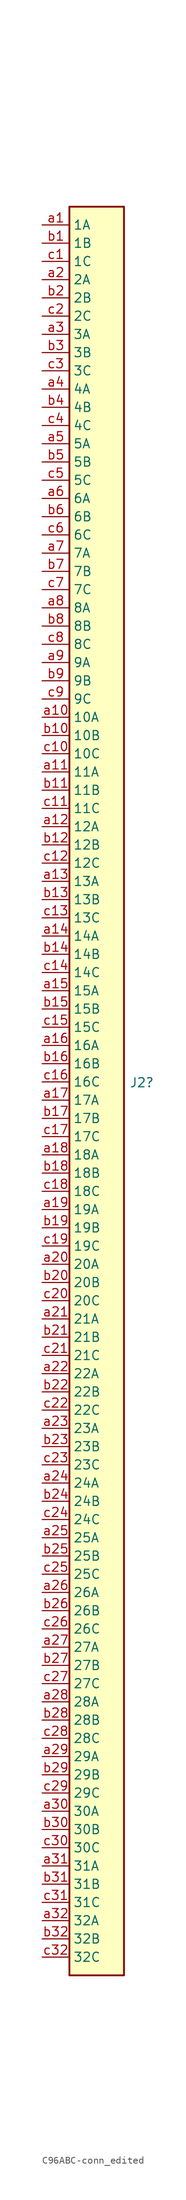
<source format=kicad_sym>
(kicad_symbol_lib
  (version 20231120)
  (generator "kicad_symbol_editor")
  (generator_version "8.0")
  (symbol "C96ABC-conn_edited"
    (property "Reference" "J2"
      (at 4.572 2.438 0)
      (effects (font (size 1.27 1.27)) (justify left)))
    (symbol "C96ABC-conn_edited_0_1"
      (rectangle (start -3.81 124.46) (end 3.81 -121.92) (stroke (width 0.254) (type solid)) (fill (type background))))
    (symbol "C96ABC-conn_edited_1_1"
      (pin passive line (at -7.62 121.92 0) (length 3.81) (name "1A" (effects (font (size 1.27 1.27)))) (number "a1" (effects (font (size 1.27 1.27)))))
      (pin passive line (at -7.62 53.34 0) (length 3.81) (name "10A" (effects (font (size 1.27 1.27)))) (number "a10" (effects (font (size 1.27 1.27)))))
      (pin passive line (at -7.62 45.72 0) (length 3.81) (name "11A" (effects (font (size 1.27 1.27)))) (number "a11" (effects (font (size 1.27 1.27)))))
      (pin passive line (at -7.62 38.1 0) (length 3.81) (name "12A" (effects (font (size 1.27 1.27)))) (number "a12" (effects (font (size 1.27 1.27)))))
      (pin passive line (at -7.62 30.48 0) (length 3.81) (name "13A" (effects (font (size 1.27 1.27)))) (number "a13" (effects (font (size 1.27 1.27)))))
      (pin passive line (at -7.62 22.86 0) (length 3.81) (name "14A" (effects (font (size 1.27 1.27)))) (number "a14" (effects (font (size 1.27 1.27)))))
      (pin passive line (at -7.62 15.24 0) (length 3.81) (name "15A" (effects (font (size 1.27 1.27)))) (number "a15" (effects (font (size 1.27 1.27)))))
      (pin passive line (at -7.62 7.62 0) (length 3.81) (name "16A" (effects (font (size 1.27 1.27)))) (number "a16" (effects (font (size 1.27 1.27)))))
      (pin passive line (at -7.62 0 0) (length 3.81) (name "17A" (effects (font (size 1.27 1.27)))) (number "a17" (effects (font (size 1.27 1.27)))))
      (pin passive line (at -7.62 -7.62 0) (length 3.81) (name "18A" (effects (font (size 1.27 1.27)))) (number "a18" (effects (font (size 1.27 1.27)))))
      (pin passive line (at -7.62 -15.24 0) (length 3.81) (name "19A" (effects (font (size 1.27 1.27)))) (number "a19" (effects (font (size 1.27 1.27)))))
      (pin passive line (at -7.62 114.3 0) (length 3.81) (name "2A" (effects (font (size 1.27 1.27)))) (number "a2" (effects (font (size 1.27 1.27)))))
      (pin passive line (at -7.62 -22.86 0) (length 3.81) (name "20A" (effects (font (size 1.27 1.27)))) (number "a20" (effects (font (size 1.27 1.27)))))
      (pin passive line (at -7.62 -30.48 0) (length 3.81) (name "21A" (effects (font (size 1.27 1.27)))) (number "a21" (effects (font (size 1.27 1.27)))))
      (pin passive line (at -7.62 -38.1 0) (length 3.81) (name "22A" (effects (font (size 1.27 1.27)))) (number "a22" (effects (font (size 1.27 1.27)))))
      (pin passive line (at -7.62 -45.72 0) (length 3.81) (name "23A" (effects (font (size 1.27 1.27)))) (number "a23" (effects (font (size 1.27 1.27)))))
      (pin passive line (at -7.62 -53.34 0) (length 3.81) (name "24A" (effects (font (size 1.27 1.27)))) (number "a24" (effects (font (size 1.27 1.27)))))
      (pin passive line (at -7.62 -60.96 0) (length 3.81) (name "25A" (effects (font (size 1.27 1.27)))) (number "a25" (effects (font (size 1.27 1.27)))))
      (pin passive line (at -7.62 -68.58 0) (length 3.81) (name "26A" (effects (font (size 1.27 1.27)))) (number "a26" (effects (font (size 1.27 1.27)))))
      (pin passive line (at -7.62 -76.2 0) (length 3.81) (name "27A" (effects (font (size 1.27 1.27)))) (number "a27" (effects (font (size 1.27 1.27)))))
      (pin passive line (at -7.62 -83.82 0) (length 3.81) (name "28A" (effects (font (size 1.27 1.27)))) (number "a28" (effects (font (size 1.27 1.27)))))
      (pin passive line (at -7.62 -91.44 0) (length 3.81) (name "29A" (effects (font (size 1.27 1.27)))) (number "a29" (effects (font (size 1.27 1.27)))))
      (pin passive line (at -7.62 106.68 0) (length 3.81) (name "3A" (effects (font (size 1.27 1.27)))) (number "a3" (effects (font (size 1.27 1.27)))))
      (pin passive line (at -7.62 -99.06 0) (length 3.81) (name "30A" (effects (font (size 1.27 1.27)))) (number "a30" (effects (font (size 1.27 1.27)))))
      (pin passive line (at -7.62 -106.68 0) (length 3.81) (name "31A" (effects (font (size 1.27 1.27)))) (number "a31" (effects (font (size 1.27 1.27)))))
      (pin passive line (at -7.62 -114.3 0) (length 3.81) (name "32A" (effects (font (size 1.27 1.27)))) (number "a32" (effects (font (size 1.27 1.27)))))
      (pin passive line (at -7.62 99.06 0) (length 3.81) (name "4A" (effects (font (size 1.27 1.27)))) (number "a4" (effects (font (size 1.27 1.27)))))
      (pin passive line (at -7.62 91.44 0) (length 3.81) (name "5A" (effects (font (size 1.27 1.27)))) (number "a5" (effects (font (size 1.27 1.27)))))
      (pin passive line (at -7.62 83.82 0) (length 3.81) (name "6A" (effects (font (size 1.27 1.27)))) (number "a6" (effects (font (size 1.27 1.27)))))
      (pin passive line (at -7.62 76.2 0) (length 3.81) (name "7A" (effects (font (size 1.27 1.27)))) (number "a7" (effects (font (size 1.27 1.27)))))
      (pin passive line (at -7.62 68.58 0) (length 3.81) (name "8A" (effects (font (size 1.27 1.27)))) (number "a8" (effects (font (size 1.27 1.27)))))
      (pin passive line (at -7.62 60.96 0) (length 3.81) (name "9A" (effects (font (size 1.27 1.27)))) (number "a9" (effects (font (size 1.27 1.27)))))
      (pin passive line (at -7.62 119.38 0) (length 3.81) (name "1B" (effects (font (size 1.27 1.27)))) (number "b1" (effects (font (size 1.27 1.27)))))
      (pin passive line (at -7.62 50.8 0) (length 3.81) (name "10B" (effects (font (size 1.27 1.27)))) (number "b10" (effects (font (size 1.27 1.27)))))
      (pin passive line (at -7.62 43.18 0) (length 3.81) (name "11B" (effects (font (size 1.27 1.27)))) (number "b11" (effects (font (size 1.27 1.27)))))
      (pin passive line (at -7.62 35.56 0) (length 3.81) (name "12B" (effects (font (size 1.27 1.27)))) (number "b12" (effects (font (size 1.27 1.27)))))
      (pin passive line (at -7.62 27.94 0) (length 3.81) (name "13B" (effects (font (size 1.27 1.27)))) (number "b13" (effects (font (size 1.27 1.27)))))
      (pin passive line (at -7.62 20.32 0) (length 3.81) (name "14B" (effects (font (size 1.27 1.27)))) (number "b14" (effects (font (size 1.27 1.27)))))
      (pin passive line (at -7.62 12.7 0) (length 3.81) (name "15B" (effects (font (size 1.27 1.27)))) (number "b15" (effects (font (size 1.27 1.27)))))
      (pin passive line (at -7.62 5.08 0) (length 3.81) (name "16B" (effects (font (size 1.27 1.27)))) (number "b16" (effects (font (size 1.27 1.27)))))
      (pin passive line (at -7.62 -2.54 0) (length 3.81) (name "17B" (effects (font (size 1.27 1.27)))) (number "b17" (effects (font (size 1.27 1.27)))))
      (pin passive line (at -7.62 -10.16 0) (length 3.81) (name "18B" (effects (font (size 1.27 1.27)))) (number "b18" (effects (font (size 1.27 1.27)))))
      (pin passive line (at -7.62 -17.78 0) (length 3.81) (name "19B" (effects (font (size 1.27 1.27)))) (number "b19" (effects (font (size 1.27 1.27)))))
      (pin passive line (at -7.62 111.76 0) (length 3.81) (name "2B" (effects (font (size 1.27 1.27)))) (number "b2" (effects (font (size 1.27 1.27)))))
      (pin passive line (at -7.62 -25.4 0) (length 3.81) (name "20B" (effects (font (size 1.27 1.27)))) (number "b20" (effects (font (size 1.27 1.27)))))
      (pin passive line (at -7.62 -33.02 0) (length 3.81) (name "21B" (effects (font (size 1.27 1.27)))) (number "b21" (effects (font (size 1.27 1.27)))))
      (pin passive line (at -7.62 -40.64 0) (length 3.81) (name "22B" (effects (font (size 1.27 1.27)))) (number "b22" (effects (font (size 1.27 1.27)))))
      (pin passive line (at -7.62 -48.26 0) (length 3.81) (name "23B" (effects (font (size 1.27 1.27)))) (number "b23" (effects (font (size 1.27 1.27)))))
      (pin passive line (at -7.62 -55.88 0) (length 3.81) (name "24B" (effects (font (size 1.27 1.27)))) (number "b24" (effects (font (size 1.27 1.27)))))
      (pin passive line (at -7.62 -63.5 0) (length 3.81) (name "25B" (effects (font (size 1.27 1.27)))) (number "b25" (effects (font (size 1.27 1.27)))))
      (pin passive line (at -7.62 -71.12 0) (length 3.81) (name "26B" (effects (font (size 1.27 1.27)))) (number "b26" (effects (font (size 1.27 1.27)))))
      (pin passive line (at -7.62 -78.74 0) (length 3.81) (name "27B" (effects (font (size 1.27 1.27)))) (number "b27" (effects (font (size 1.27 1.27)))))
      (pin passive line (at -7.62 -86.36 0) (length 3.81) (name "28B" (effects (font (size 1.27 1.27)))) (number "b28" (effects (font (size 1.27 1.27)))))
      (pin passive line (at -7.62 -93.98 0) (length 3.81) (name "29B" (effects (font (size 1.27 1.27)))) (number "b29" (effects (font (size 1.27 1.27)))))
      (pin passive line (at -7.62 104.14 0) (length 3.81) (name "3B" (effects (font (size 1.27 1.27)))) (number "b3" (effects (font (size 1.27 1.27)))))
      (pin passive line (at -7.62 -101.6 0) (length 3.81) (name "30B" (effects (font (size 1.27 1.27)))) (number "b30" (effects (font (size 1.27 1.27)))))
      (pin passive line (at -7.62 -109.22 0) (length 3.81) (name "31B" (effects (font (size 1.27 1.27)))) (number "b31" (effects (font (size 1.27 1.27)))))
      (pin passive line (at -7.62 -116.84 0) (length 3.81) (name "32B" (effects (font (size 1.27 1.27)))) (number "b32" (effects (font (size 1.27 1.27)))))
      (pin passive line (at -7.62 96.52 0) (length 3.81) (name "4B" (effects (font (size 1.27 1.27)))) (number "b4" (effects (font (size 1.27 1.27)))))
      (pin passive line (at -7.62 88.9 0) (length 3.81) (name "5B" (effects (font (size 1.27 1.27)))) (number "b5" (effects (font (size 1.27 1.27)))))
      (pin passive line (at -7.62 81.28 0) (length 3.81) (name "6B" (effects (font (size 1.27 1.27)))) (number "b6" (effects (font (size 1.27 1.27)))))
      (pin passive line (at -7.62 73.66 0) (length 3.81) (name "7B" (effects (font (size 1.27 1.27)))) (number "b7" (effects (font (size 1.27 1.27)))))
      (pin passive line (at -7.62 66.04 0) (length 3.81) (name "8B" (effects (font (size 1.27 1.27)))) (number "b8" (effects (font (size 1.27 1.27)))))
      (pin passive line (at -7.62 58.42 0) (length 3.81) (name "9B" (effects (font (size 1.27 1.27)))) (number "b9" (effects (font (size 1.27 1.27)))))
      (pin passive line (at -7.62 116.84 0) (length 3.81) (name "1C" (effects (font (size 1.27 1.27)))) (number "c1" (effects (font (size 1.27 1.27)))))
      (pin passive line (at -7.62 48.26 0) (length 3.81) (name "10C" (effects (font (size 1.27 1.27)))) (number "c10" (effects (font (size 1.27 1.27)))))
      (pin passive line (at -7.62 40.64 0) (length 3.81) (name "11C" (effects (font (size 1.27 1.27)))) (number "c11" (effects (font (size 1.27 1.27)))))
      (pin passive line (at -7.62 33.02 0) (length 3.81) (name "12C" (effects (font (size 1.27 1.27)))) (number "c12" (effects (font (size 1.27 1.27)))))
      (pin passive line (at -7.62 25.4 0) (length 3.81) (name "13C" (effects (font (size 1.27 1.27)))) (number "c13" (effects (font (size 1.27 1.27)))))
      (pin passive line (at -7.62 17.78 0) (length 3.81) (name "14C" (effects (font (size 1.27 1.27)))) (number "c14" (effects (font (size 1.27 1.27)))))
      (pin passive line (at -7.62 10.16 0) (length 3.81) (name "15C" (effects (font (size 1.27 1.27)))) (number "c15" (effects (font (size 1.27 1.27)))))
      (pin passive line (at -7.62 2.54 0) (length 3.81) (name "16C" (effects (font (size 1.27 1.27)))) (number "c16" (effects (font (size 1.27 1.27)))))
      (pin passive line (at -7.62 -5.08 0) (length 3.81) (name "17C" (effects (font (size 1.27 1.27)))) (number "c17" (effects (font (size 1.27 1.27)))))
      (pin passive line (at -7.62 -12.7 0) (length 3.81) (name "18C" (effects (font (size 1.27 1.27)))) (number "c18" (effects (font (size 1.27 1.27)))))
      (pin passive line (at -7.62 -20.32 0) (length 3.81) (name "19C" (effects (font (size 1.27 1.27)))) (number "c19" (effects (font (size 1.27 1.27)))))
      (pin passive line (at -7.62 109.22 0) (length 3.81) (name "2C" (effects (font (size 1.27 1.27)))) (number "c2" (effects (font (size 1.27 1.27)))))
      (pin passive line (at -7.62 -27.94 0) (length 3.81) (name "20C" (effects (font (size 1.27 1.27)))) (number "c20" (effects (font (size 1.27 1.27)))))
      (pin passive line (at -7.62 -35.56 0) (length 3.81) (name "21C" (effects (font (size 1.27 1.27)))) (number "c21" (effects (font (size 1.27 1.27)))))
      (pin passive line (at -7.62 -43.18 0) (length 3.81) (name "22C" (effects (font (size 1.27 1.27)))) (number "c22" (effects (font (size 1.27 1.27)))))
      (pin passive line (at -7.62 -50.8 0) (length 3.81) (name "23C" (effects (font (size 1.27 1.27)))) (number "c23" (effects (font (size 1.27 1.27)))))
      (pin passive line (at -7.62 -58.42 0) (length 3.81) (name "24C" (effects (font (size 1.27 1.27)))) (number "c24" (effects (font (size 1.27 1.27)))))
      (pin passive line (at -7.62 -66.04 0) (length 3.81) (name "25C" (effects (font (size 1.27 1.27)))) (number "c25" (effects (font (size 1.27 1.27)))))
      (pin passive line (at -7.62 -73.66 0) (length 3.81) (name "26C" (effects (font (size 1.27 1.27)))) (number "c26" (effects (font (size 1.27 1.27)))))
      (pin passive line (at -7.62 -81.28 0) (length 3.81) (name "27C" (effects (font (size 1.27 1.27)))) (number "c27" (effects (font (size 1.27 1.27)))))
      (pin passive line (at -7.62 -88.9 0) (length 3.81) (name "28C" (effects (font (size 1.27 1.27)))) (number "c28" (effects (font (size 1.27 1.27)))))
      (pin passive line (at -7.62 -96.52 0) (length 3.81) (name "29C" (effects (font (size 1.27 1.27)))) (number "c29" (effects (font (size 1.27 1.27)))))
      (pin passive line (at -7.62 101.6 0) (length 3.81) (name "3C" (effects (font (size 1.27 1.27)))) (number "c3" (effects (font (size 1.27 1.27)))))
      (pin passive line (at -7.62 -104.14 0) (length 3.81) (name "30C" (effects (font (size 1.27 1.27)))) (number "c30" (effects (font (size 1.27 1.27)))))
      (pin passive line (at -7.62 -111.76 0) (length 3.81) (name "31C" (effects (font (size 1.27 1.27)))) (number "c31" (effects (font (size 1.27 1.27)))))
      (pin passive line (at -7.62 -119.38 0) (length 3.81) (name "32C" (effects (font (size 1.27 1.27)))) (number "c32" (effects (font (size 1.27 1.27)))))
      (pin passive line (at -7.62 93.98 0) (length 3.81) (name "4C" (effects (font (size 1.27 1.27)))) (number "c4" (effects (font (size 1.27 1.27)))))
      (pin passive line (at -7.62 86.36 0) (length 3.81) (name "5C" (effects (font (size 1.27 1.27)))) (number "c5" (effects (font (size 1.27 1.27)))))
      (pin passive line (at -7.62 78.74 0) (length 3.81) (name "6C" (effects (font (size 1.27 1.27)))) (number "c6" (effects (font (size 1.27 1.27)))))
      (pin passive line (at -7.62 71.12 0) (length 3.81) (name "7C" (effects (font (size 1.27 1.27)))) (number "c7" (effects (font (size 1.27 1.27)))))
      (pin passive line (at -7.62 63.5 0) (length 3.81) (name "8C" (effects (font (size 1.27 1.27)))) (number "c8" (effects (font (size 1.27 1.27)))))
      (pin passive line (at -7.62 55.88 0) (length 3.81) (name "9C" (effects (font (size 1.27 1.27)))) (number "c9" (effects (font (size 1.27 1.27))))))))
</source>
